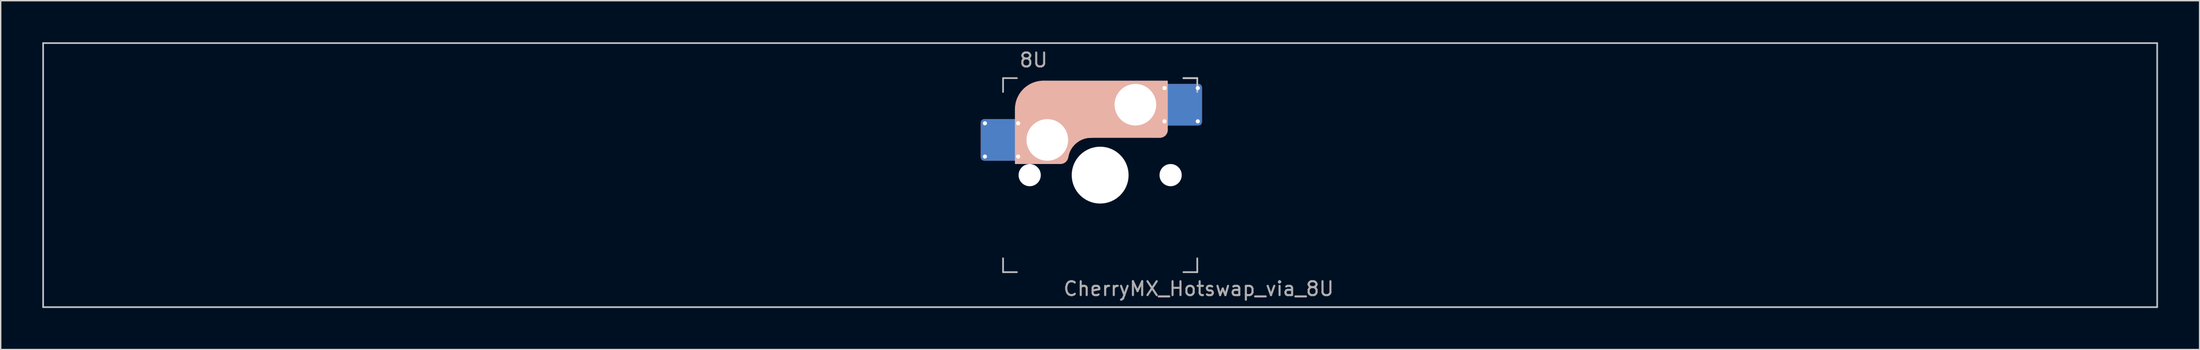
<source format=kicad_pcb>
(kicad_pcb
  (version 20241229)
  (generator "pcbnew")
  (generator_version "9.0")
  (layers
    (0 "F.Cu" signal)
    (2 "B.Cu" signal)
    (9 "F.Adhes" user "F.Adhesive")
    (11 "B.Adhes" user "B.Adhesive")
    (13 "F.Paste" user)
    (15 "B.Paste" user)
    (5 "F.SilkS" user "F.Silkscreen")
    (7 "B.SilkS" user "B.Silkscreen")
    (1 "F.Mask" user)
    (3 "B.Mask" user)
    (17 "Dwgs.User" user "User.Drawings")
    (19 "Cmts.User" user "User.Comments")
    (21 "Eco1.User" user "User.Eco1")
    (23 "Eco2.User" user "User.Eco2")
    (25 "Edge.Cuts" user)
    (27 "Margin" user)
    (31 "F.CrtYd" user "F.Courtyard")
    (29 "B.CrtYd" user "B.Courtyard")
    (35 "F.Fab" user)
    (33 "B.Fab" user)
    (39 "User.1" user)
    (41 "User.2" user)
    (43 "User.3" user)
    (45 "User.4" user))
  (footprint "CherryMX_Hotswap_via_8U"
    (layer "F.Cu")
    (at 76.26 9.585)
    (property "Reference" "CherryMX_Hotswap_via_8U" (at 7.1 8.2 0) (layer "F.Fab") (effects (font (size 1 1) (thickness 0.15))))
    (attr through_hole)
    (fp_line (start -8.11 -1.74) (end -8.11 -3.34) (stroke (width 0.12) (type solid)) (layer "B.Mask"))
    (fp_line (start -7.91 -3.54) (end -6.31 -3.54) (stroke (width 0.12) (type solid)) (layer "B.Mask"))
    (fp_line (start -6.31 -1.54) (end -7.91 -1.54) (stroke (width 0.12) (type solid)) (layer "B.Mask"))
    (fp_line (start -6.11 -3.34) (end -6.11 -1.74) (stroke (width 0.12) (type solid)) (layer "B.Mask"))
    (fp_line (start 4.84 -5.88) (end 4.84 -4.28) (stroke (width 0.12) (type solid)) (layer "B.Mask"))
    (fp_line (start 5.04 -6.08) (end 6.64 -6.08) (stroke (width 0.12) (type solid)) (layer "B.Mask"))
    (fp_line (start 5.04 -4.08) (end 6.64 -4.08) (stroke (width 0.12) (type solid)) (layer "B.Mask"))
    (fp_line (start 6.84 -4.28) (end 6.84 -5.88) (stroke (width 0.12) (type solid)) (layer "B.Mask"))
    (fp_arc (start -8.11 -3.34) (mid -8.051421 -3.481421) (end -7.91 -3.54) (stroke (width 0.12) (type solid)) (layer "B.Mask"))
    (fp_arc (start -7.91 -1.54) (mid -8.051421 -1.598579) (end -8.11 -1.74) (stroke (width 0.12) (type solid)) (layer "B.Mask"))
    (fp_arc (start -6.31 -3.54) (mid -6.168579 -3.481421) (end -6.11 -3.34) (stroke (width 0.12) (type solid)) (layer "B.Mask"))
    (fp_arc (start -6.11 -1.74) (mid -6.168579 -1.598579) (end -6.31 -1.54) (stroke (width 0.12) (type solid)) (layer "B.Mask"))
    (fp_arc (start 4.84 -5.88) (mid 4.898579 -6.021421) (end 5.04 -6.08) (stroke (width 0.12) (type solid)) (layer "B.Mask"))
    (fp_arc (start 5.04 -4.08) (mid 4.898579 -4.138579) (end 4.84 -4.28) (stroke (width 0.12) (type solid)) (layer "B.Mask"))
    (fp_arc (start 6.64 -6.08) (mid 6.781421 -6.021421) (end 6.84 -5.88) (stroke (width 0.12) (type solid)) (layer "B.Mask"))
    (fp_arc (start 6.84 -4.28) (mid 6.781421 -4.138579) (end 6.64 -4.08) (stroke (width 0.12) (type solid)) (layer "B.Mask"))
    (fp_poly (pts (xy -6.11 -3.34) (xy -6.11 -1.74) (xy -6.31 -1.54) (xy -7.91 -1.54) (xy -8.11 -1.74) (xy -8.11 -3.34) (xy -7.91 -3.54) (xy -6.31 -3.54)) (stroke (width 0.1) (type solid)) (fill yes) (layer "B.Mask"))
    (fp_poly (pts (xy 6.84 -5.88) (xy 6.84 -4.28) (xy 6.64 -4.08) (xy 5.04 -4.08) (xy 4.84 -4.28) (xy 4.84 -5.88) (xy 5.04 -6.08) (xy 6.64 -6.08)) (stroke (width 0.1) (type solid)) (fill yes) (layer "B.Mask"))
    (fp_line (start -6.085 -0.865) (end -6.085 -4.755) (stroke (width 0.12) (type solid)) (layer "B.SilkS"))
    (fp_line (start -4.085 -6.755) (end 4.815 -6.755) (stroke (width 0.12) (type solid)) (layer "B.SilkS"))
    (fp_line (start -2.852 -0.865) (end -6.085 -0.865) (stroke (width 0.12) (type solid)) (layer "B.SilkS"))
    (fp_line (start -0.635 -2.755) (end 4.315 -2.755) (stroke (width 0.12) (type solid)) (layer "B.SilkS"))
    (fp_line (start 4.815 -6.755) (end 4.815 -3.255) (stroke (width 0.12) (type solid)) (layer "B.SilkS"))
    (fp_arc (start -6.085 -4.755) (mid -5.499214 -6.169214) (end -4.085 -6.755) (stroke (width 0.12) (type solid)) (layer "B.SilkS"))
    (fp_arc (start -2.360959 -1.278326) (mid -1.770727 -2.335454) (end -0.635 -2.755) (stroke (width 0.12) (type solid)) (layer "B.SilkS"))
    (fp_arc (start -2.36 -1.278176) (mid -2.53101 -0.981978) (end -2.852404 -0.865) (stroke (width 0.12) (type solid)) (layer "B.SilkS"))
    (fp_arc (start 4.815 -3.255) (mid 4.668553 -2.901447) (end 4.315 -2.755) (stroke (width 0.12) (type solid)) (layer "B.SilkS"))
    (fp_poly (pts (xy 4.815 -3.255) (xy 4.633 -2.937) (xy 4.315 -2.755) (xy -0.635 -2.755) (xy -1.259 -2.696) (xy -1.805 -2.376) (xy -2.207 -1.885) (xy -2.361 -1.278) (xy -2.563 -1.02) (xy -2.852 -0.865) (xy -6.085 -0.865) (xy -6.085 -4.755) (xy -5.887 -5.501) (xy -5.464 -6.134) (xy -4.831 -6.557) (xy -4.085 -6.755) (xy 4.815 -6.755)) (stroke (width 0.1) (type solid)) (fill yes) (layer "B.SilkS"))
    (fp_line (start -8.11 -1.74) (end -8.11 -3.34) (stroke (width 0.12) (type solid)) (layer "B.Paste"))
    (fp_line (start -7.91 -3.54) (end -6.31 -3.54) (stroke (width 0.12) (type solid)) (layer "B.Paste"))
    (fp_line (start -6.31 -1.54) (end -7.91 -1.54) (stroke (width 0.12) (type solid)) (layer "B.Paste"))
    (fp_line (start -6.11 -3.34) (end -6.11 -1.74) (stroke (width 0.12) (type solid)) (layer "B.Paste"))
    (fp_line (start 4.84 -5.88) (end 4.84 -4.28) (stroke (width 0.12) (type solid)) (layer "B.Paste"))
    (fp_line (start 5.04 -6.08) (end 6.64 -6.08) (stroke (width 0.12) (type solid)) (layer "B.Paste"))
    (fp_line (start 5.04 -4.08) (end 6.64 -4.08) (stroke (width 0.12) (type solid)) (layer "B.Paste"))
    (fp_line (start 6.84 -4.28) (end 6.84 -5.88) (stroke (width 0.12) (type solid)) (layer "B.Paste"))
    (fp_arc (start -8.11 -3.34) (mid -8.051421 -3.481421) (end -7.91 -3.54) (stroke (width 0.12) (type solid)) (layer "B.Paste"))
    (fp_arc (start -7.91 -1.54) (mid -8.051421 -1.598579) (end -8.11 -1.74) (stroke (width 0.12) (type solid)) (layer "B.Paste"))
    (fp_arc (start -6.31 -3.54) (mid -6.168579 -3.481421) (end -6.11 -3.34) (stroke (width 0.12) (type solid)) (layer "B.Paste"))
    (fp_arc (start -6.11 -1.74) (mid -6.168579 -1.598579) (end -6.31 -1.54) (stroke (width 0.12) (type solid)) (layer "B.Paste"))
    (fp_arc (start 4.84 -5.88) (mid 4.898579 -6.021421) (end 5.04 -6.08) (stroke (width 0.12) (type solid)) (layer "B.Paste"))
    (fp_arc (start 5.04 -4.08) (mid 4.898579 -4.138579) (end 4.84 -4.28) (stroke (width 0.12) (type solid)) (layer "B.Paste"))
    (fp_arc (start 6.64 -6.08) (mid 6.781421 -6.021421) (end 6.84 -5.88) (stroke (width 0.12) (type solid)) (layer "B.Paste"))
    (fp_arc (start 6.84 -4.28) (mid 6.781421 -4.138579) (end 6.64 -4.08) (stroke (width 0.12) (type solid)) (layer "B.Paste"))
    (fp_poly (pts (xy -6.11 -3.34) (xy -6.11 -1.74) (xy -6.31 -1.54) (xy -7.91 -1.54) (xy -8.11 -1.74) (xy -8.11 -3.34) (xy -7.91 -3.54) (xy -6.31 -3.54)) (stroke (width 0.1) (type solid)) (fill yes) (layer "B.Paste"))
    (fp_poly (pts (xy 6.84 -5.88) (xy 6.84 -4.28) (xy 6.64 -4.08) (xy 5.04 -4.08) (xy 4.84 -4.28) (xy 4.84 -5.88) (xy 5.04 -6.08) (xy 6.64 -6.08)) (stroke (width 0.1) (type solid)) (fill yes) (layer "B.Paste"))
    (fp_line (start -76.2 -9.525) (end 76.2 -9.525) (stroke (width 0.12) (type solid)) (layer "Dwgs.User"))
    (fp_line (start -76.2 9.525) (end -76.2 -9.525) (stroke (width 0.12) (type solid)) (layer "Dwgs.User"))
    (fp_line (start -7 -7) (end -7 -6) (stroke (width 0.12) (type solid)) (layer "Dwgs.User"))
    (fp_line (start -7 -7) (end -6 -7) (stroke (width 0.12) (type solid)) (layer "Dwgs.User"))
    (fp_line (start -7 7) (end -7 6) (stroke (width 0.12) (type solid)) (layer "Dwgs.User"))
    (fp_line (start -7 7) (end -6 7) (stroke (width 0.12) (type solid)) (layer "Dwgs.User"))
    (fp_line (start 6 -7) (end 7 -7) (stroke (width 0.12) (type solid)) (layer "Dwgs.User"))
    (fp_line (start 7 -7) (end 6 -7) (stroke (width 0.12) (type solid)) (layer "Dwgs.User"))
    (fp_line (start 7 -7) (end 7 -6) (stroke (width 0.12) (type solid)) (layer "Dwgs.User"))
    (fp_line (start 7 7) (end 6 7) (stroke (width 0.12) (type solid)) (layer "Dwgs.User"))
    (fp_line (start 7 7) (end 7 6) (stroke (width 0.12) (type solid)) (layer "Dwgs.User"))
    (fp_line (start 76.2 -9.525) (end 76.2 9.525) (stroke (width 0.12) (type solid)) (layer "Dwgs.User"))
    (fp_line (start 76.2 9.525) (end -76.2 9.525) (stroke (width 0.12) (type solid)) (layer "Dwgs.User"))
    (fp_text user "8U" (at -4.8 -8.3 0) (layer "F.Fab") (effects (font (size 1 1) (thickness 0.15))))
    (pad "" np_thru_hole circle (at -5.08 0) (size 1.6 1.6) (drill 1.6) (layers "*.Cu" "*.Mask"))
    (pad "" np_thru_hole circle (at -3.81 -2.54) (size 3 3) (drill 3) (layers "*.Cu" "*.Mask"))
    (pad "" np_thru_hole circle (at 0 0) (size 4.1 4.1) (drill 4.1) (layers "*.Cu" "*.Mask"))
    (pad "" np_thru_hole circle (at 2.54 -5.08) (size 3 3) (drill 3) (layers "*.Cu" "*.Mask"))
    (pad "" np_thru_hole circle (at 5.08 0) (size 1.6 1.6) (drill 1.6) (layers "*.Cu" "*.Mask"))
    (pad "1" thru_hole circle (at -8.31 -3.74) (size 0.5 0.5) (drill 0.3) (layers "*.Cu"))
    (pad "1" thru_hole circle (at -8.31 -1.34) (size 0.5 0.5) (drill 0.3) (layers "*.Cu"))
    (pad "1" smd roundrect (at -7.11 -2.54) (size 3 3) (layers "F.Cu") (roundrect_rratio 0.083))
    (pad "1" smd roundrect (at -7.11 -2.54 180) (size 3 3) (layers "B.Cu") (roundrect_rratio 0.083))
    (pad "1" thru_hole circle (at -5.91 -3.74) (size 0.5 0.5) (drill 0.3) (layers "*.Cu"))
    (pad "1" thru_hole circle (at -5.91 -1.34) (size 0.5 0.5) (drill 0.3) (layers "*.Cu"))
    (pad "2" thru_hole circle (at 4.64 -6.28 180) (size 0.5 0.5) (drill 0.3) (layers "*.Cu"))
    (pad "2" thru_hole circle (at 4.64 -3.88 180) (size 0.5 0.5) (drill 0.3) (layers "*.Cu"))
    (pad "2" smd roundrect (at 5.84 -5.08 180) (size 3 3) (layers "F.Cu") (roundrect_rratio 0.083))
    (pad "2" smd roundrect (at 5.84 -5.08 180) (size 3 3) (layers "B.Cu") (roundrect_rratio 0.083))
    (pad "2" thru_hole circle (at 7.04 -6.28 180) (size 0.5 0.5) (drill 0.3) (layers "*.Cu"))
    (pad "2" thru_hole circle (at 7.04 -3.88 180) (size 0.5 0.5) (drill 0.3) (layers "*.Cu")))
  (gr_rect
    (start -3 -3)
    (end 155.52 22.17)
    (stroke (width 0.1) (type default))
    (fill no)
    (layer "Edge.Cuts")))
</source>
